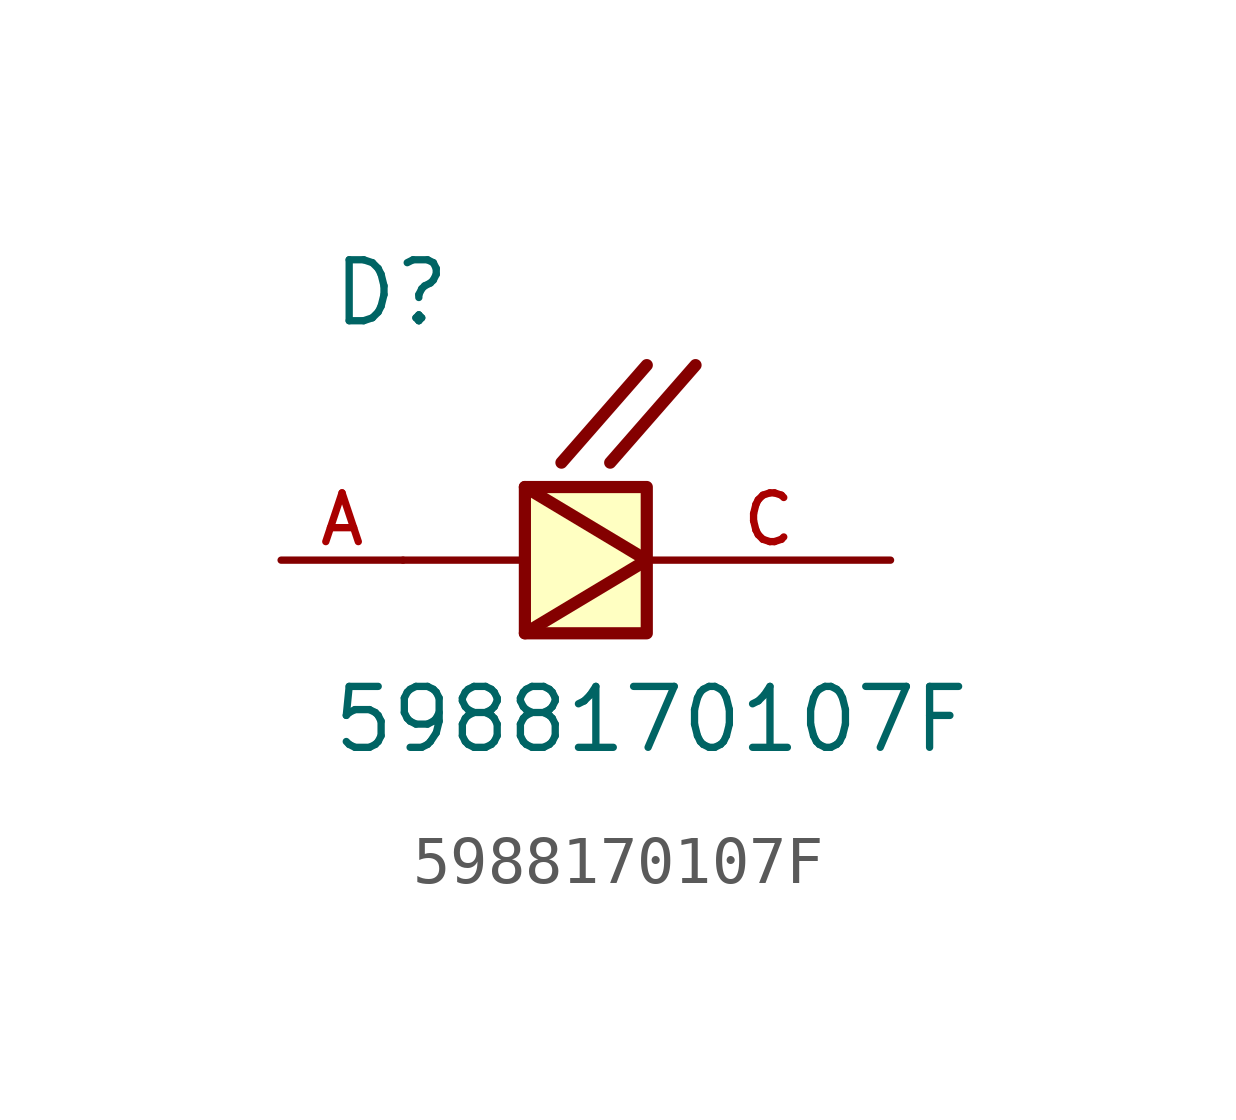
<source format=kicad_sym>
(kicad_symbol_lib
  (version 20211014)
  (generator kicad_symbol_editor)
  (symbol "5988170107F"
    (pin_names
      (offset 1.016))
    (property "Reference" "D"
      (at -4.064 4.826 0)
      (effects (font (size 1.27 1.27)) (justify bottom left)))
    (property "Value" "5988170107F"
      (at -4.064 -4.064 0)
      (effects (font (size 1.27 1.27)) (justify bottom left)))
    (symbol "5988170107F_0_0"
      (polyline (pts (xy 0.0 -1.524) (xy 2.54 0.0)) (stroke (width 0.254)))
      (polyline (pts (xy 2.54 0.0) (xy 0.0 1.524)) (stroke (width 0.254)))
      (polyline (pts (xy 0.0 0.0) (xy -2.54 0.0)) (stroke (width 0.152)))
      (polyline (pts (xy 1.778 2.032) (xy 3.556 4.064)) (stroke (width 0.254)))
      (polyline (pts (xy 0.762 2.032) (xy 2.54 4.064)) (stroke (width 0.254)))
      (rectangle (start 0.0 -1.524) (end 2.54 1.524) (stroke (width 0.254)) (fill (type background)))
      (pin passive line (at 7.62 0.0 180.0) (length 5.08) (name "~" (effects (font (size 1.016 1.016)))) (number "C" (effects (font (size 1.016 1.016)))))
      (pin passive line (at -5.08 0.0 0) (length 2.54) (name "~" (effects (font (size 1.016 1.016)))) (number "A" (effects (font (size 1.016 1.016))))))))
</source>
